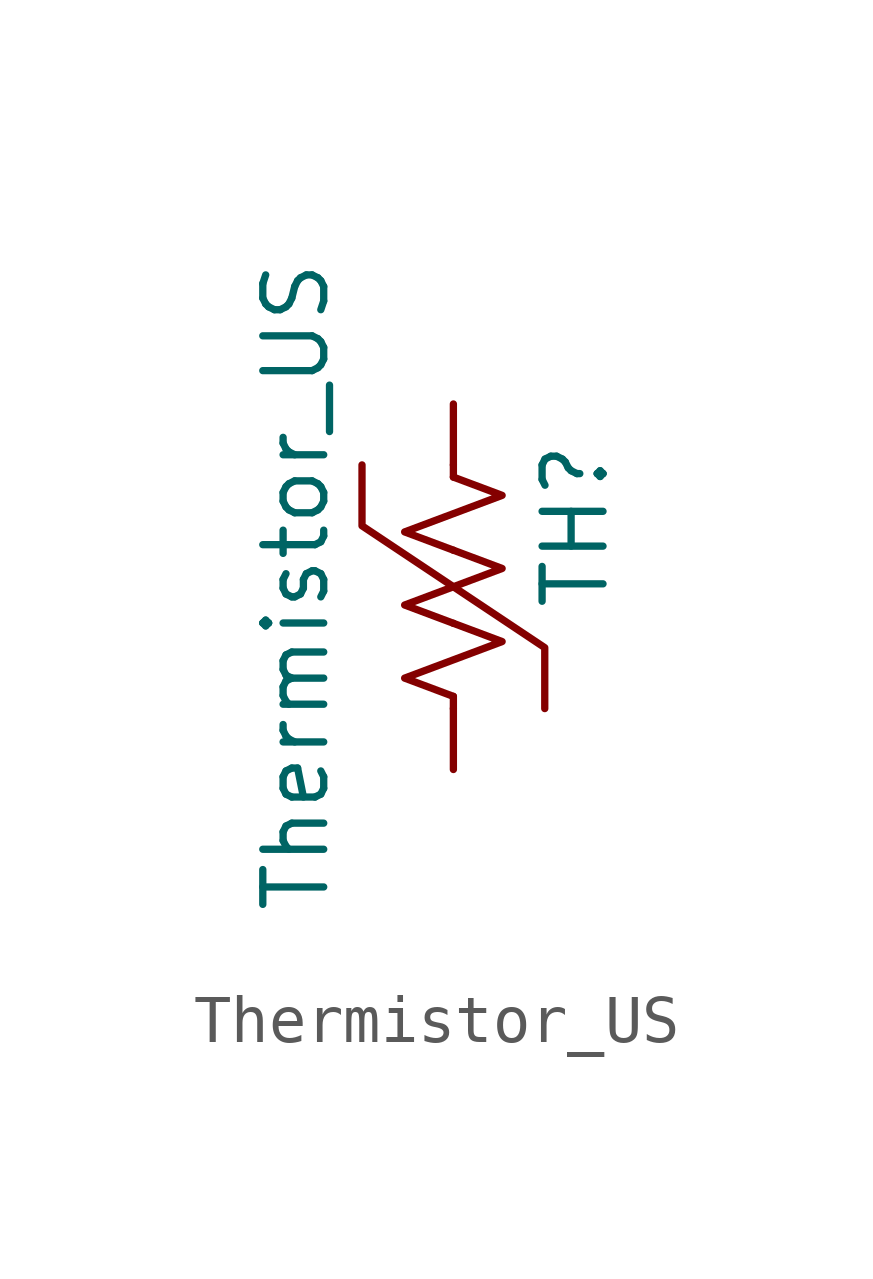
<source format=kicad_sym>
(kicad_symbol_lib
  (version 20241209)
  (generator "kicad_symbol_editor")
  (generator_version "9.0")
  (symbol "Thermistor_US"
    (pin_numbers
      (hide yes))
    (pin_names
      (offset 0))
    (property "Reference" "TH"
      (at 2.54 1.27 90)
      (effects (font (size 1.27 1.27))))
    (property "Value" "Thermistor_US"
      (at -2.54 0 90)
      (effects (font (size 1.27 1.27)) (justify bottom)))
    (symbol "Thermistor_US_0_1"
      (polyline (pts (xy -1.905 2.54) (xy -1.905 1.27) (xy 1.905 -1.27) (xy 1.905 -2.54)) (stroke (width 0) (type default)) (fill (type none)))
      (polyline (pts (xy 0 2.286) (xy 0 2.54)) (stroke (width 0) (type default)) (fill (type none)))
      (polyline (pts (xy 0 2.286) (xy 1.016 1.905) (xy 0 1.524) (xy -1.016 1.143) (xy 0 0.762)) (stroke (width 0) (type default)) (fill (type none)))
      (polyline (pts (xy 0 0.762) (xy 1.016 0.381) (xy 0 0) (xy -1.016 -0.381) (xy 0 -0.762)) (stroke (width 0) (type default)) (fill (type none)))
      (polyline (pts (xy 0 -0.762) (xy 1.016 -1.143) (xy 0 -1.524) (xy -1.016 -1.905) (xy 0 -2.286)) (stroke (width 0) (type default)) (fill (type none)))
      (polyline (pts (xy 0 -2.286) (xy 0 -2.54)) (stroke (width 0) (type default)) (fill (type none))))
    (symbol "Thermistor_US_1_1"
      (pin passive line (at 0 3.81 270) (length 1.27) (name "~" (effects (font (size 1.27 1.27)))) (number "1" (effects (font (size 1.27 1.27)))))
      (pin passive line (at 0 -3.81 90) (length 1.27) (name "~" (effects (font (size 1.27 1.27)))) (number "2" (effects (font (size 1.27 1.27))))))))
</source>
